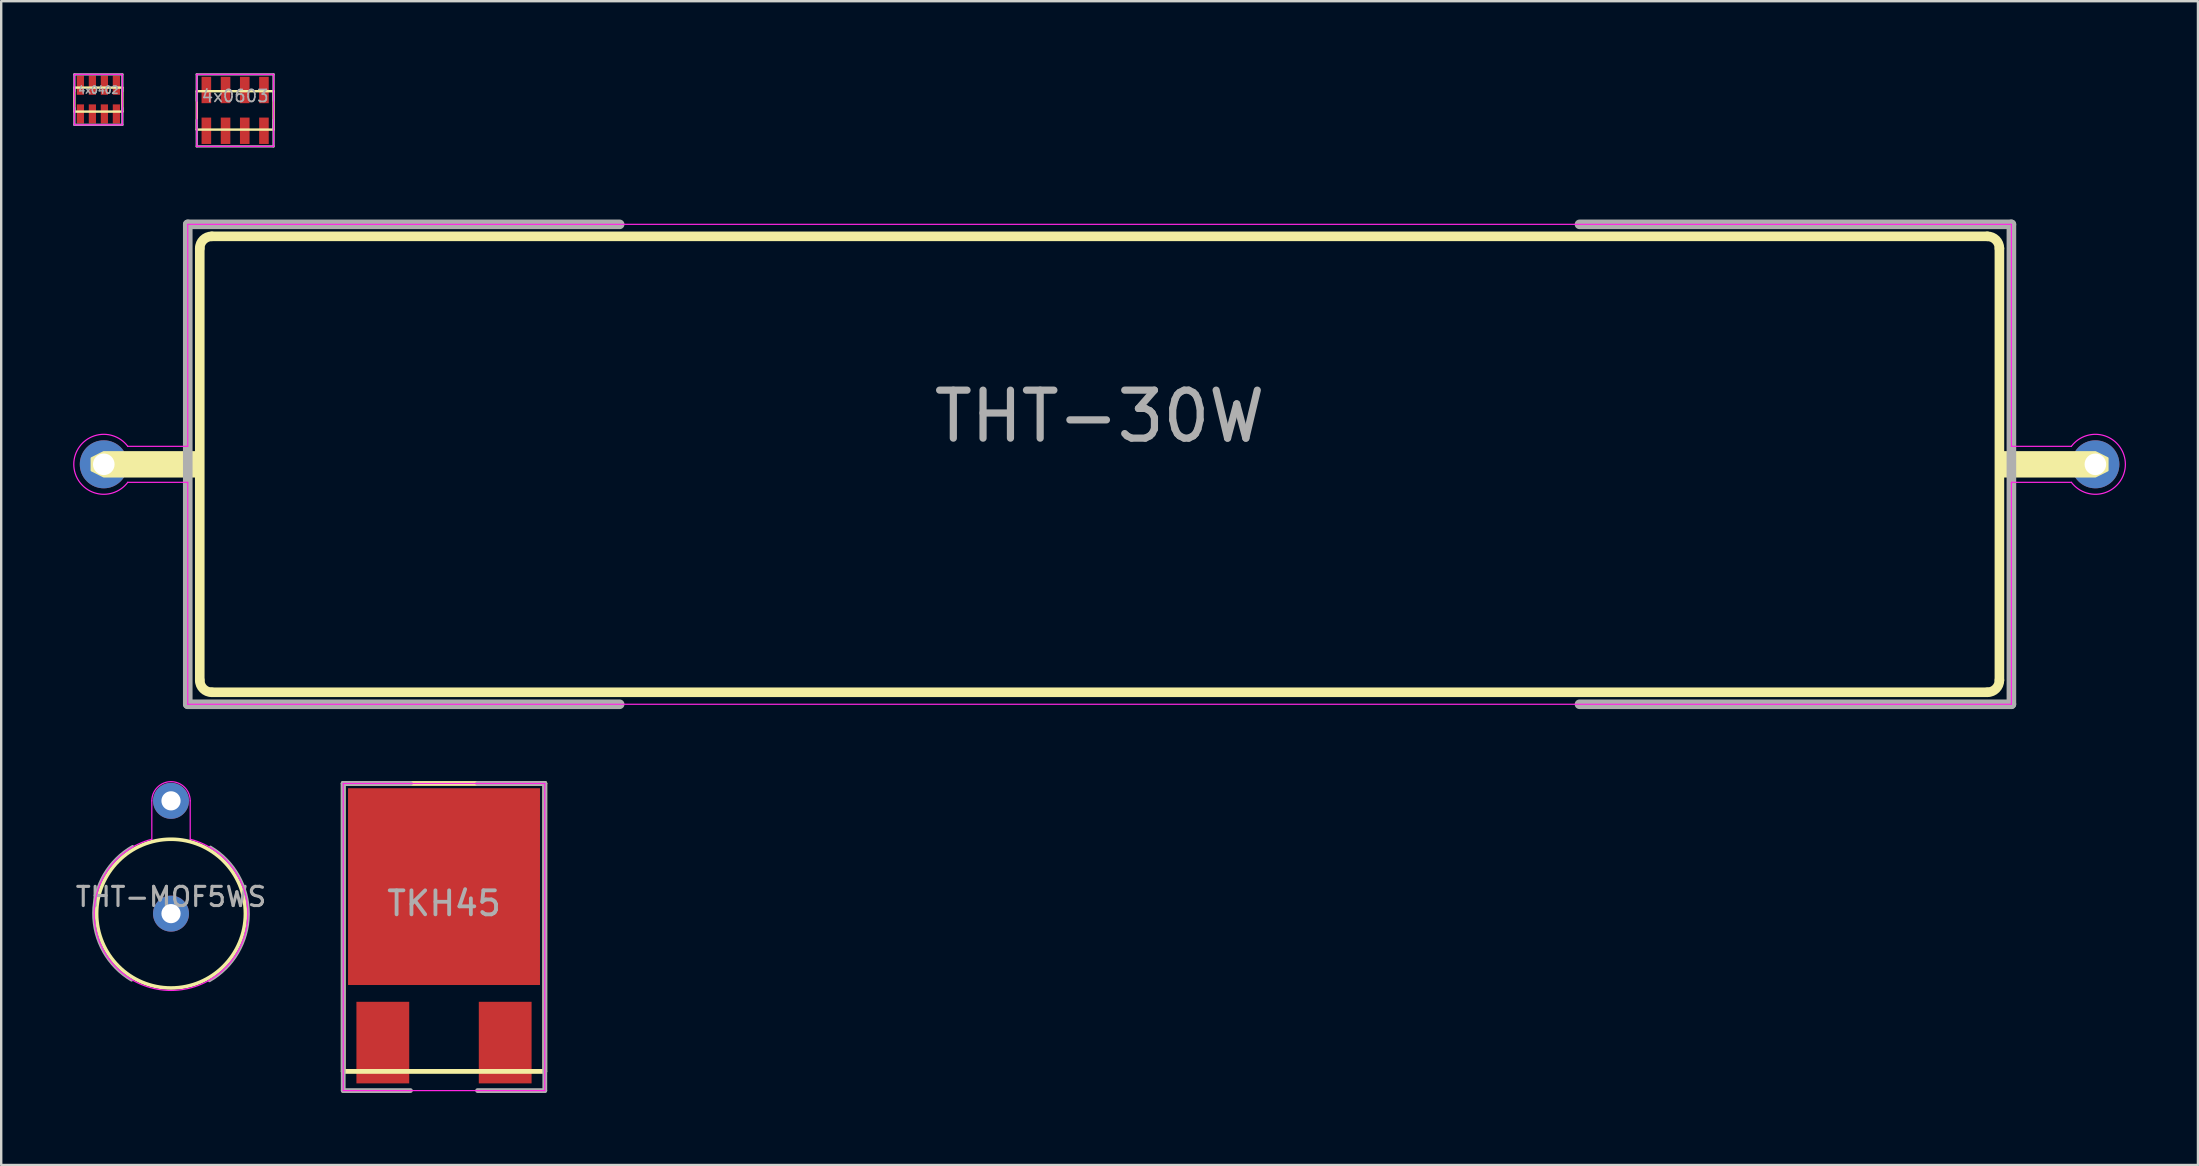
<source format=kicad_pcb>
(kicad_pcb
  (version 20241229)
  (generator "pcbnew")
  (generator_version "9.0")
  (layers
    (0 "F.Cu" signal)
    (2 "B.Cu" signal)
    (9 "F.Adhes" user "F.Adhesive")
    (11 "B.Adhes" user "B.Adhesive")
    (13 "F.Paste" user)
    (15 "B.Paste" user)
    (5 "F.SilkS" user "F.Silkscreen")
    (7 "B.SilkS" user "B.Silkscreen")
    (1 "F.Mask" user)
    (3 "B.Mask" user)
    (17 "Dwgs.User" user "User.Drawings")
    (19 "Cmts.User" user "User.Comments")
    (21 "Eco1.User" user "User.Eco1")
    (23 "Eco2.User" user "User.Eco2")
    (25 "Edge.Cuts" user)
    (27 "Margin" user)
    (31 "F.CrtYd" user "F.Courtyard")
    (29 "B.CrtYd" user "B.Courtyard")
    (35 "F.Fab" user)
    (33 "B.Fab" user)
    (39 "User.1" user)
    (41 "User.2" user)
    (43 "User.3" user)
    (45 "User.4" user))
  (footprint "TKH45"
    (layer "F.Cu")
    (at 15.454 35.6)
    (property "Reference" "TKH45" (at 0 -1 0) (layer "F.Fab") (effects (font (size 1 1) (thickness 0.16))))
    (attr smd)
    (fp_line (start -4.2 6) (end -4.2 -6) (stroke (width 0.2) (type solid)) (layer "F.SilkS"))
    (fp_line (start 4.2 -6) (end -4.2 -6) (stroke (width 0.2) (type solid)) (layer "F.SilkS"))
    (fp_line (start 4.2 6) (end -4.2 6) (stroke (width 0.2) (type solid)) (layer "F.SilkS"))
    (fp_line (start 4.2 6) (end 4.2 -6) (stroke (width 0.2) (type solid)) (layer "F.SilkS"))
    (fp_line (start -4.2 -6) (end -4.2 6.8) (stroke (width 0.05) (type solid)) (layer "F.CrtYd"))
    (fp_line (start 4.2 -6) (end -4.2 -6) (stroke (width 0.05) (type solid)) (layer "F.CrtYd"))
    (fp_line (start 4.2 -6) (end 4.2 6.8) (stroke (width 0.05) (type solid)) (layer "F.CrtYd"))
    (fp_line (start 4.2 6.8) (end -4.2 6.8) (stroke (width 0.05) (type solid)) (layer "F.CrtYd"))
    (fp_line (start -4.2 6.8) (end -4.2 -6) (stroke (width 0.2) (type solid)) (layer "F.Fab"))
    (fp_line (start -1.4 -6) (end -4.2 -6) (stroke (width 0.2) (type solid)) (layer "F.Fab"))
    (fp_line (start -1.4 6.8) (end -4.2 6.8) (stroke (width 0.2) (type solid)) (layer "F.Fab"))
    (fp_line (start 4.2 -6) (end 1.4 -6) (stroke (width 0.2) (type solid)) (layer "F.Fab"))
    (fp_line (start 4.2 6.8) (end 1.4 6.8) (stroke (width 0.2) (type solid)) (layer "F.Fab"))
    (fp_line (start 4.2 6.8) (end 4.2 -6) (stroke (width 0.2) (type solid)) (layer "F.Fab"))
    (pad "1" smd rect (at -2.55 4.8) (size 2.2 3.4) (layers "F.Cu" "F.Mask" "F.Paste"))
    (pad "2" smd rect (at 2.55 4.8) (size 2.2 3.4) (layers "F.Cu" "F.Mask" "F.Paste"))
    (pad "3" smd rect (at 0 -1.7) (size 8 8.2) (layers "F.Cu" "F.Mask" "F.Paste")))
  (footprint "THT-30W"
    (layer "F.Cu")
    (at 42.775 16.3)
    (property "Reference" "THT-30W" (at 0 -2 0) (layer "F.Fab") (effects (font (size 2 2) (thickness 0.3))))
    (attr through_hole)
    (fp_line (start -37.5 -9) (end -37.5 9) (stroke (width 0.4) (type solid)) (layer "F.SilkS"))
    (fp_line (start 37 -9.5) (end -37 -9.5) (stroke (width 0.4) (type solid)) (layer "F.SilkS"))
    (fp_line (start 37 9.5) (end -37 9.5) (stroke (width 0.4) (type solid)) (layer "F.SilkS"))
    (fp_line (start 37.5 -9) (end 37.5 9) (stroke (width 0.4) (type solid)) (layer "F.SilkS"))
    (fp_arc (start -37.5 -9) (mid -37.353553 -9.353553) (end -37 -9.5) (stroke (width 0.4) (type solid)) (layer "F.SilkS"))
    (fp_arc (start -37 9.5) (mid -37.353553 9.353553) (end -37.5 9) (stroke (width 0.4) (type solid)) (layer "F.SilkS"))
    (fp_arc (start 37 -9.5) (mid 37.353553 -9.353553) (end 37.5 -9) (stroke (width 0.4) (type solid)) (layer "F.SilkS"))
    (fp_arc (start 37.5 9) (mid 37.353553 9.353553) (end 37 9.5) (stroke (width 0.4) (type solid)) (layer "F.SilkS"))
    (fp_poly (pts (xy -37.5 0.5) (xy -41.5 0.5) (xy -42 0.25) (xy -42 -0.25) (xy -41.5 -0.5) (xy -37.5 -0.5)) (stroke (width 0.1) (type solid)) (fill yes) (layer "F.SilkS"))
    (fp_poly (pts (xy 37.5 -0.5) (xy 41.5 -0.5) (xy 42 -0.25) (xy 42 0.25) (xy 41.5 0.5) (xy 37.5 0.5)) (stroke (width 0.1) (type solid)) (fill yes) (layer "F.SilkS"))
    (fp_line (start -38 -10) (end 38 -10) (stroke (width 0.05) (type solid)) (layer "F.CrtYd"))
    (fp_line (start -38 -0.75) (end -40.5 -0.75) (stroke (width 0.05) (type solid)) (layer "F.CrtYd"))
    (fp_line (start -38 -0.75) (end -38 -10) (stroke (width 0.05) (type solid)) (layer "F.CrtYd"))
    (fp_line (start -38 0.75) (end -40.5 0.75) (stroke (width 0.05) (type solid)) (layer "F.CrtYd"))
    (fp_line (start -38 10) (end -38 0.75) (stroke (width 0.05) (type solid)) (layer "F.CrtYd"))
    (fp_line (start -38 10) (end 38 10) (stroke (width 0.05) (type solid)) (layer "F.CrtYd"))
    (fp_line (start 38 -0.75) (end 38 -10) (stroke (width 0.05) (type solid)) (layer "F.CrtYd"))
    (fp_line (start 38 10) (end 38 0.75) (stroke (width 0.05) (type solid)) (layer "F.CrtYd"))
    (fp_line (start 40.5 -0.75) (end 38 -0.75) (stroke (width 0.05) (type solid)) (layer "F.CrtYd"))
    (fp_line (start 40.5 0.75) (end 38 0.75) (stroke (width 0.05) (type solid)) (layer "F.CrtYd"))
    (fp_arc (start -40.49948 0.749304) (mid -42.749999 0.000435) (end -40.500001 -0.75) (stroke (width 0.05) (type solid)) (layer "F.CrtYd"))
    (fp_arc (start 40.49948 -0.749304) (mid 42.749999 -0.000435) (end 40.500001 0.75) (stroke (width 0.05) (type solid)) (layer "F.CrtYd"))
    (fp_line (start -38 -10) (end -38 10) (stroke (width 0.4) (type solid)) (layer "F.Fab"))
    (fp_line (start -38 -10) (end -20 -10) (stroke (width 0.4) (type solid)) (layer "F.Fab"))
    (fp_line (start -38 10) (end -20 10) (stroke (width 0.4) (type solid)) (layer "F.Fab"))
    (fp_line (start 20 -10) (end 38 -10) (stroke (width 0.4) (type solid)) (layer "F.Fab"))
    (fp_line (start 20 10) (end 38 10) (stroke (width 0.4) (type solid)) (layer "F.Fab"))
    (fp_line (start 38 10) (end 38 -10) (stroke (width 0.4) (type solid)) (layer "F.Fab"))
    (pad "1" thru_hole circle (at -41.5 0) (size 2 2) (drill 0.9) (layers "*.Cu" "*.Mask"))
    (pad "2" thru_hole circle (at 41.5 0) (size 2 2) (drill 0.9) (layers "*.Cu" "*.Mask")))
  (footprint "THT-MOF5WS"
    (layer "F.Cu")
    (at 4.077 35.025)
    (property "Reference" "THT-MOF5WS" (at 0 -0.7 0) (layer "F.Fab") (effects (font (size 0.8 0.8) (thickness 0.13))))
    (attr through_hole)
    (fp_circle (center 0 0) (end 3.1 0) (stroke (width 0.15) (type solid)) (fill no) (layer "F.SilkS"))
    (fp_line (start -0.8 -4.7) (end -0.8 -3.1) (stroke (width 0.05) (type solid)) (layer "F.CrtYd"))
    (fp_line (start 0.8 -4.7) (end 0.8 -3.1) (stroke (width 0.05) (type solid)) (layer "F.CrtYd"))
    (fp_arc (start -0.8 -4.7) (mid 0 -5.5) (end 0.8 -4.7) (stroke (width 0.05) (type solid)) (layer "F.CrtYd"))
    (fp_arc (start 0.8 -3.099999) (mid 0 3.201561) (end -0.799999 -3.099999) (stroke (width 0.05) (type solid)) (layer "F.CrtYd"))
    (fp_arc (start -1.644063 2.774355) (mid -3.224801 -0.025491) (end -1.599999 -2.799999) (stroke (width 0.12) (type solid)) (layer "F.Fab"))
    (fp_arc (start 1.644063 -2.774355) (mid 3.224801 0.025491) (end 1.599999 2.799999) (stroke (width 0.12) (type solid)) (layer "F.Fab"))
    (pad "1" thru_hole circle (at 0 0) (size 1.5 1.5) (drill 0.8) (layers "*.Cu" "*.Mask"))
    (pad "2" thru_hole circle (at 0 -4.7) (size 1.5 1.5) (drill 0.8) (layers "*.Cu" "*.Mask")))
  (footprint "4x0402"
    (layer "F.Cu")
    (at 1.05 1.1)
    (property "Reference" "4x0402" (at 0 -0.4 0) (layer "F.Fab") (effects (font (size 0.3 0.3) (thickness 0.06) (bold yes))))
    (attr smd)
    (fp_line (start -1 -0.5) (end 1 -0.5) (stroke (width 0.1) (type solid)) (layer "F.SilkS"))
    (fp_line (start -1 0.5) (end -1 -0.5) (stroke (width 0.1) (type solid)) (layer "F.SilkS"))
    (fp_line (start -1 0.5) (end 1 0.5) (stroke (width 0.1) (type solid)) (layer "F.SilkS"))
    (fp_line (start 1 0.5) (end 1 -0.5) (stroke (width 0.1) (type solid)) (layer "F.SilkS"))
    (fp_line (start -1 -1.05) (end -1 1.05) (stroke (width 0.05) (type solid)) (layer "F.CrtYd"))
    (fp_line (start -1 -1.05) (end 1 -1.05) (stroke (width 0.05) (type solid)) (layer "F.CrtYd"))
    (fp_line (start -1 1.05) (end 1 1.05) (stroke (width 0.05) (type solid)) (layer "F.CrtYd"))
    (fp_line (start 1 -1.05) (end 1 1.05) (stroke (width 0.05) (type solid)) (layer "F.CrtYd"))
    (fp_line (start -1 -1.05) (end -1 -0.35) (stroke (width 0.1) (type solid)) (layer "F.Fab"))
    (fp_line (start -1 -1.05) (end 1 -1.05) (stroke (width 0.1) (type solid)) (layer "F.Fab"))
    (fp_line (start -1 1.05) (end -1 0.35) (stroke (width 0.1) (type solid)) (layer "F.Fab"))
    (fp_line (start -1 1.05) (end 1 1.05) (stroke (width 0.1) (type solid)) (layer "F.Fab"))
    (fp_line (start 1 -0.35) (end 1 -1.05) (stroke (width 0.1) (type solid)) (layer "F.Fab"))
    (fp_line (start 1 1.05) (end 1 0.35) (stroke (width 0.1) (type solid)) (layer "F.Fab"))
    (pad "1" smd rect (at -0.75 0.6 90) (size 0.8 0.3) (layers "F.Cu" "F.Mask" "F.Paste"))
    (pad "2" smd rect (at -0.75 -0.6 90) (size 0.8 0.3) (layers "F.Cu" "F.Mask" "F.Paste"))
    (pad "3" smd rect (at -0.25 0.6 90) (size 0.8 0.3) (layers "F.Cu" "F.Mask" "F.Paste"))
    (pad "4" smd rect (at -0.25 -0.6 90) (size 0.8 0.3) (layers "F.Cu" "F.Mask" "F.Paste"))
    (pad "5" smd rect (at 0.25 0.6 90) (size 0.8 0.3) (layers "F.Cu" "F.Mask" "F.Paste"))
    (pad "6" smd rect (at 0.25 -0.6 90) (size 0.8 0.3) (layers "F.Cu" "F.Mask" "F.Paste"))
    (pad "7" smd rect (at 0.75 0.6 90) (size 0.8 0.3) (layers "F.Cu" "F.Mask" "F.Paste"))
    (pad "8" smd rect (at 0.75 -0.6 90) (size 0.8 0.3) (layers "F.Cu" "F.Mask" "F.Paste")))
  (footprint "4x0603"
    (layer "F.Cu")
    (at 6.75 1.55)
    (property "Reference" "4x0603" (at 0 -0.6 0) (layer "F.Fab") (effects (font (size 0.5 0.5) (thickness 0.07))))
    (attr smd)
    (fp_line (start -1.6 -0.8) (end -1.6 0.8) (stroke (width 0.1) (type solid)) (layer "F.SilkS"))
    (fp_line (start -1.6 -0.8) (end 1.6 -0.8) (stroke (width 0.1) (type solid)) (layer "F.SilkS"))
    (fp_line (start -1.6 0.8) (end 1.6 0.8) (stroke (width 0.1) (type solid)) (layer "F.SilkS"))
    (fp_line (start 1.6 -0.8) (end 1.6 0.8) (stroke (width 0.1) (type solid)) (layer "F.SilkS"))
    (fp_line (start -1.6 -1.5) (end 1.6 -1.5) (stroke (width 0.05) (type solid)) (layer "F.CrtYd"))
    (fp_line (start -1.6 1.5) (end -1.6 -1.5) (stroke (width 0.05) (type solid)) (layer "F.CrtYd"))
    (fp_line (start 1.6 -1.5) (end 1.6 1.5) (stroke (width 0.05) (type solid)) (layer "F.CrtYd"))
    (fp_line (start 1.6 1.5) (end -1.6 1.5) (stroke (width 0.05) (type solid)) (layer "F.CrtYd"))
    (fp_line (start -1.6 -1.5) (end 1.6 -1.5) (stroke (width 0.1) (type solid)) (layer "F.Fab"))
    (fp_line (start -1.6 -0.4) (end -1.6 -1.5) (stroke (width 0.1) (type solid)) (layer "F.Fab"))
    (fp_line (start -1.6 0.4) (end -1.6 1.5) (stroke (width 0.1) (type solid)) (layer "F.Fab"))
    (fp_line (start -1.6 1.5) (end 1.6 1.5) (stroke (width 0.1) (type solid)) (layer "F.Fab"))
    (fp_line (start 1.6 -0.4) (end 1.6 -1.5) (stroke (width 0.1) (type solid)) (layer "F.Fab"))
    (fp_line (start 1.6 1.5) (end 1.6 0.4) (stroke (width 0.1) (type solid)) (layer "F.Fab"))
    (pad "1" smd rect (at -1.2 0.85 90) (size 1.1 0.4) (layers "F.Cu" "F.Mask" "F.Paste"))
    (pad "2" smd rect (at -1.2 -0.85 90) (size 1.1 0.4) (layers "F.Cu" "F.Mask" "F.Paste"))
    (pad "3" smd rect (at -0.4 0.85 90) (size 1.1 0.4) (layers "F.Cu" "F.Mask" "F.Paste"))
    (pad "4" smd rect (at -0.4 -0.85 90) (size 1.1 0.4) (layers "F.Cu" "F.Mask" "F.Paste"))
    (pad "5" smd rect (at 0.4 0.85 90) (size 1.1 0.4) (layers "F.Cu" "F.Mask" "F.Paste"))
    (pad "6" smd rect (at 0.4 -0.85 90) (size 1.1 0.4) (layers "F.Cu" "F.Mask" "F.Paste"))
    (pad "7" smd rect (at 1.2 0.85 90) (size 1.1 0.4) (layers "F.Cu" "F.Mask" "F.Paste"))
    (pad "8" smd rect (at 1.2 -0.85 90) (size 1.1 0.4) (layers "F.Cu" "F.Mask" "F.Paste")))
  (gr_rect
    (start -3 -3)
    (end 88.55 45.5)
    (stroke (width 0.1) (type default))
    (fill no)
    (layer "Edge.Cuts")))
</source>
